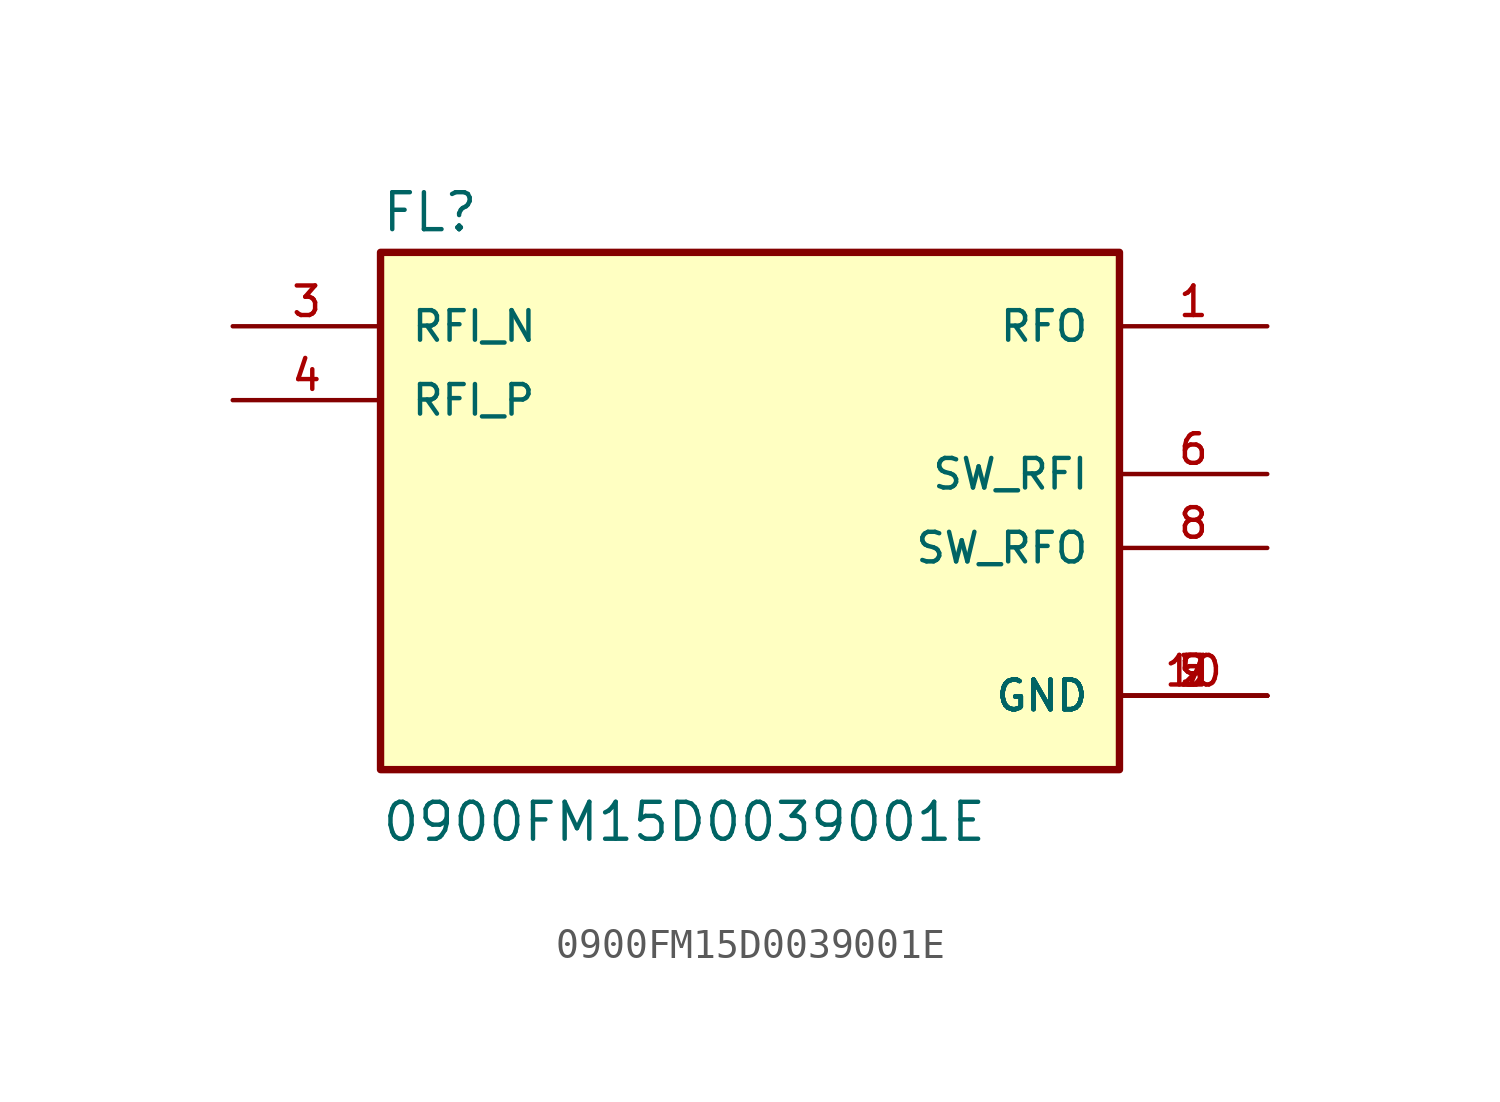
<source format=kicad_sym>
(kicad_symbol_lib
  (version 20211014)
  (generator kicad_symbol_editor)
  (symbol "0900FM15D0039001E"
    (pin_names
      (offset 1.016))
    (property "Reference" "FL"
      (at -12.7 8.255 0)
      (effects (font (size 1.27 1.27)) (justify bottom left)))
    (property "Value" "0900FM15D0039001E"
      (at -12.7 -12.7 0)
      (effects (font (size 1.27 1.27)) (justify bottom left)))
    (symbol "0900FM15D0039001E_0_0"
      (rectangle (start -12.7 -10.16) (end 12.7 7.62) (stroke (width 0.254)) (fill (type background)))
      (pin output line (at 17.78 5.08 180.0) (length 5.08) (name "RFO" (effects (font (size 1.016 1.016)))) (number "1" (effects (font (size 1.016 1.016)))))
      (pin input line (at -17.78 5.08 0) (length 5.08) (name "RFI_N" (effects (font (size 1.016 1.016)))) (number "3" (effects (font (size 1.016 1.016)))))
      (pin input line (at -17.78 2.54 0) (length 5.08) (name "RFI_P" (effects (font (size 1.016 1.016)))) (number "4" (effects (font (size 1.016 1.016)))))
      (pin input line (at 17.78 0.0 180.0) (length 5.08) (name "SW_RFI" (effects (font (size 1.016 1.016)))) (number "6" (effects (font (size 1.016 1.016)))))
      (pin output line (at 17.78 -2.54 180.0) (length 5.08) (name "SW_RFO" (effects (font (size 1.016 1.016)))) (number "8" (effects (font (size 1.016 1.016)))))
      (pin power_in line (at 17.78 -7.62 180.0) (length 5.08) (name "GND" (effects (font (size 1.016 1.016)))) (number "2" (effects (font (size 1.016 1.016)))))
      (pin power_in line (at 17.78 -7.62 180.0) (length 5.08) (name "GND" (effects (font (size 1.016 1.016)))) (number "5" (effects (font (size 1.016 1.016)))))
      (pin power_in line (at 17.78 -7.62 180.0) (length 5.08) (name "GND" (effects (font (size 1.016 1.016)))) (number "7" (effects (font (size 1.016 1.016)))))
      (pin power_in line (at 17.78 -7.62 180.0) (length 5.08) (name "GND" (effects (font (size 1.016 1.016)))) (number "9" (effects (font (size 1.016 1.016)))))
      (pin power_in line (at 17.78 -7.62 180.0) (length 5.08) (name "GND" (effects (font (size 1.016 1.016)))) (number "10" (effects (font (size 1.016 1.016))))))))
</source>
